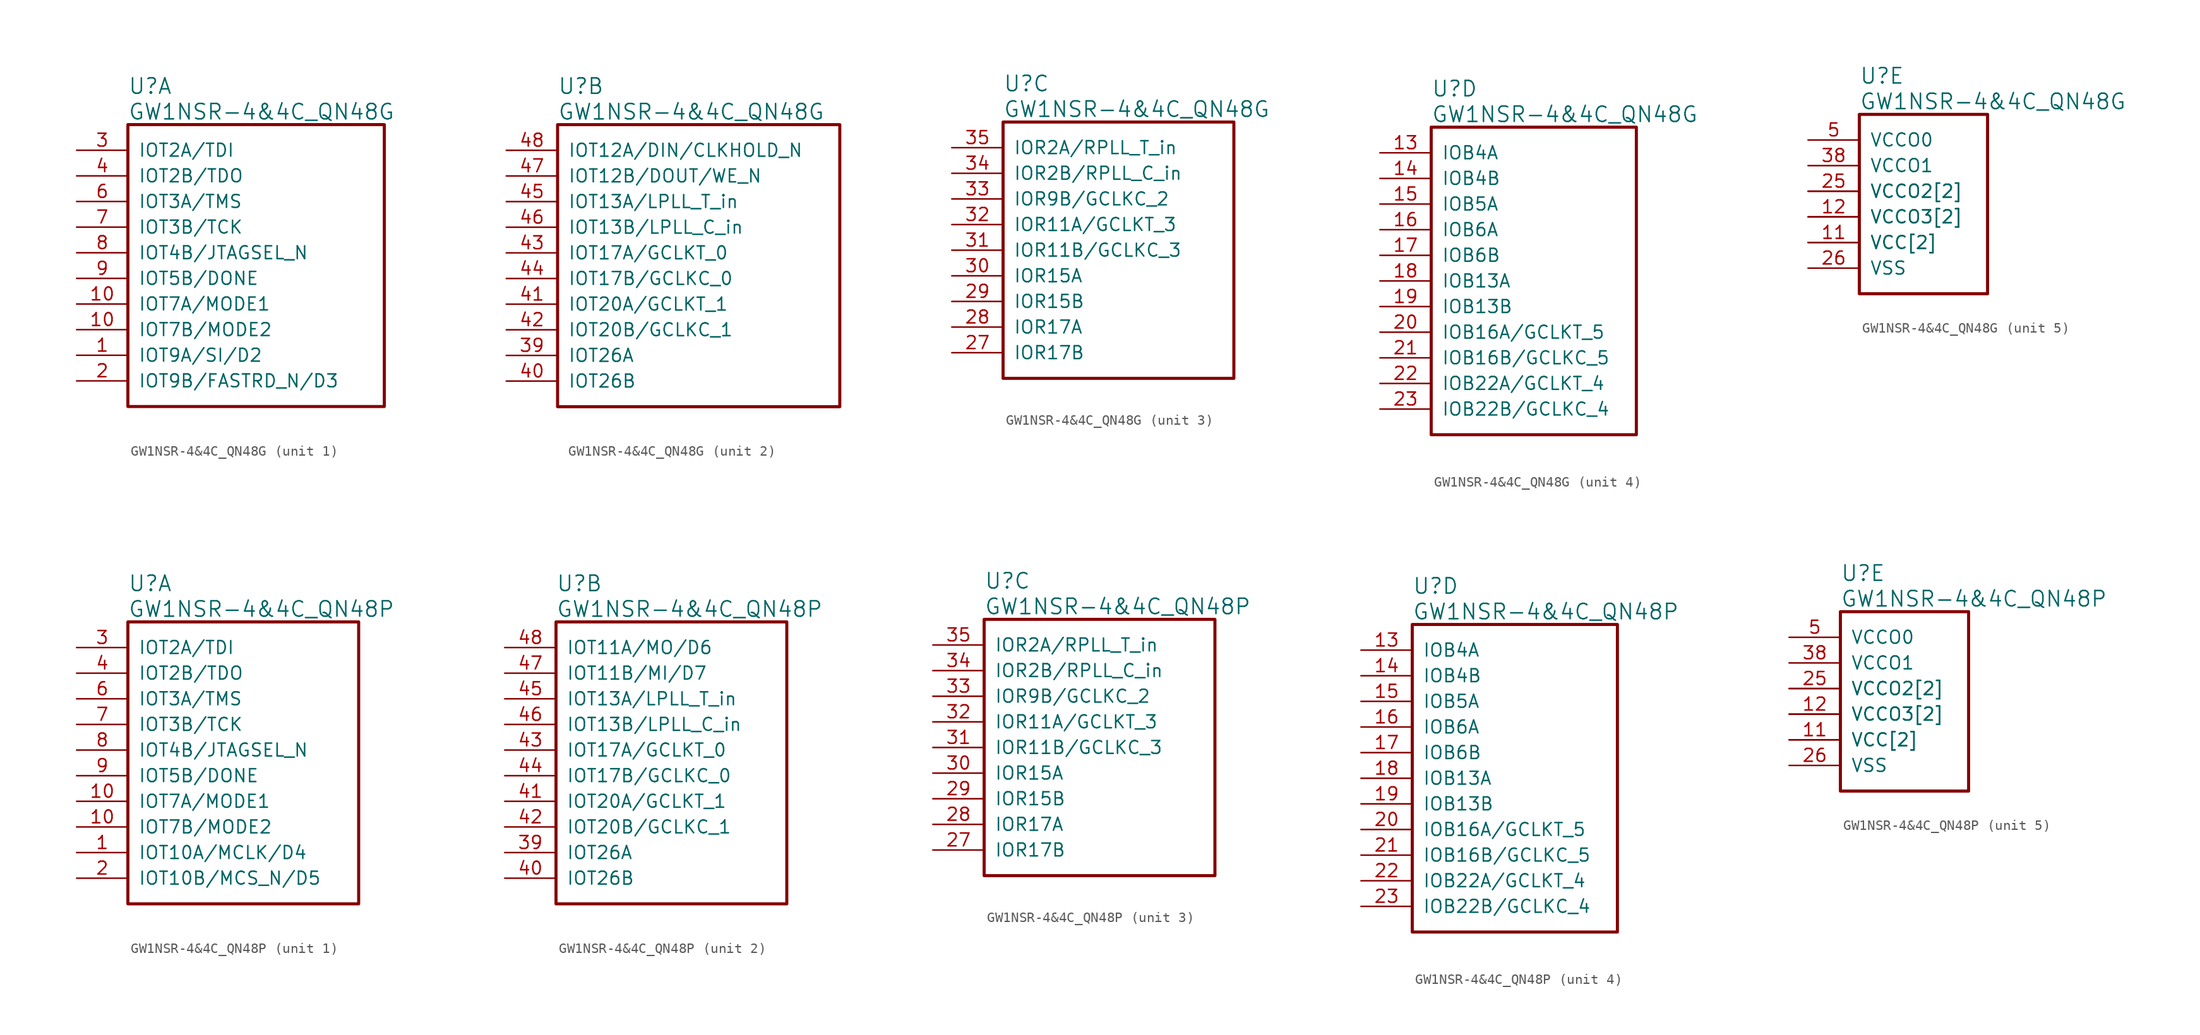
<source format=kicad_sym>
(kicad_symbol_lib
  (version 20220914)
  (generator kicad_symbol_editor)
  (symbol "GW1NSR-4&4C_QN48G"
    (pin_names
      (offset 1.016))
    (property "Reference" "U"
      (at 5.08 6.35 0)
      (effects (font (size 1.524 1.524)) (justify left)))
    (property "Value" "GW1NSR-4&4C_QN48G"
      (at 5.08 3.81 0)
      (effects (font (size 1.524 1.524)) (justify left)))
    (property "ki_locked" ""
      (at 0 0 0)
      (effects (font (size 1.27 1.27))))
    (symbol "GW1NSR-4&4C_QN48G_1_1"
      (rectangle (start 5.08 2.54) (end 30.48 -25.4) (stroke (width 0.305) (type solid)) (fill (type none)))
      (pin bidirectional line (at 0 -20.32 0) (length 5.08) (name "IOT9A/SI/D2" (effects (font (size 1.27 1.27)))) (number "1" (effects (font (size 1.27 1.27)))))
      (pin bidirectional line (at 0 -15.24 0) (length 5.08) (name "IOT7A/MODE1" (effects (font (size 1.27 1.27)))) (number "10" (effects (font (size 1.27 1.27)))))
      (pin bidirectional line (at 0 -17.78 0) (length 5.08) (name "IOT7B/MODE2" (effects (font (size 1.27 1.27)))) (number "10" (effects (font (size 1.27 1.27)))))
      (pin bidirectional line (at 0 -22.86 0) (length 5.08) (name "IOT9B/FASTRD_N/D3" (effects (font (size 1.27 1.27)))) (number "2" (effects (font (size 1.27 1.27)))))
      (pin bidirectional line (at 0 0 0) (length 5.08) (name "IOT2A/TDI" (effects (font (size 1.27 1.27)))) (number "3" (effects (font (size 1.27 1.27)))))
      (pin bidirectional line (at 0 -2.54 0) (length 5.08) (name "IOT2B/TDO" (effects (font (size 1.27 1.27)))) (number "4" (effects (font (size 1.27 1.27)))))
      (pin bidirectional line (at 0 -5.08 0) (length 5.08) (name "IOT3A/TMS" (effects (font (size 1.27 1.27)))) (number "6" (effects (font (size 1.27 1.27)))))
      (pin bidirectional line (at 0 -7.62 0) (length 5.08) (name "IOT3B/TCK" (effects (font (size 1.27 1.27)))) (number "7" (effects (font (size 1.27 1.27)))))
      (pin bidirectional line (at 0 -10.16 0) (length 5.08) (name "IOT4B/JTAGSEL_N" (effects (font (size 1.27 1.27)))) (number "8" (effects (font (size 1.27 1.27)))))
      (pin bidirectional line (at 0 -12.7 0) (length 5.08) (name "IOT5B/DONE" (effects (font (size 1.27 1.27)))) (number "9" (effects (font (size 1.27 1.27))))))
    (symbol "GW1NSR-4&4C_QN48G_2_1"
      (rectangle (start 5.08 2.54) (end 33.02 -25.4) (stroke (width 0.305) (type solid)) (fill (type none)))
      (pin bidirectional line (at 0 -20.32 0) (length 5.08) (name "IOT26A" (effects (font (size 1.27 1.27)))) (number "39" (effects (font (size 1.27 1.27)))))
      (pin bidirectional line (at 0 -22.86 0) (length 5.08) (name "IOT26B" (effects (font (size 1.27 1.27)))) (number "40" (effects (font (size 1.27 1.27)))))
      (pin bidirectional line (at 0 -15.24 0) (length 5.08) (name "IOT20A/GCLKT_1" (effects (font (size 1.27 1.27)))) (number "41" (effects (font (size 1.27 1.27)))))
      (pin bidirectional line (at 0 -17.78 0) (length 5.08) (name "IOT20B/GCLKC_1" (effects (font (size 1.27 1.27)))) (number "42" (effects (font (size 1.27 1.27)))))
      (pin bidirectional line (at 0 -10.16 0) (length 5.08) (name "IOT17A/GCLKT_0" (effects (font (size 1.27 1.27)))) (number "43" (effects (font (size 1.27 1.27)))))
      (pin bidirectional line (at 0 -12.7 0) (length 5.08) (name "IOT17B/GCLKC_0" (effects (font (size 1.27 1.27)))) (number "44" (effects (font (size 1.27 1.27)))))
      (pin bidirectional line (at 0 -5.08 0) (length 5.08) (name "IOT13A/LPLL_T_in" (effects (font (size 1.27 1.27)))) (number "45" (effects (font (size 1.27 1.27)))))
      (pin bidirectional line (at 0 -7.62 0) (length 5.08) (name "IOT13B/LPLL_C_in" (effects (font (size 1.27 1.27)))) (number "46" (effects (font (size 1.27 1.27)))))
      (pin bidirectional line (at 0 -2.54 0) (length 5.08) (name "IOT12B/DOUT/WE_N" (effects (font (size 1.27 1.27)))) (number "47" (effects (font (size 1.27 1.27)))))
      (pin bidirectional line (at 0 0 0) (length 5.08) (name "IOT12A/DIN/CLKHOLD_N" (effects (font (size 1.27 1.27)))) (number "48" (effects (font (size 1.27 1.27))))))
    (symbol "GW1NSR-4&4C_QN48G_3_1"
      (rectangle (start 5.08 2.54) (end 27.94 -22.86) (stroke (width 0.305) (type solid)) (fill (type none)))
      (pin bidirectional line (at 0 -20.32 0) (length 5.08) (name "IOR17B" (effects (font (size 1.27 1.27)))) (number "27" (effects (font (size 1.27 1.27)))))
      (pin bidirectional line (at 0 -17.78 0) (length 5.08) (name "IOR17A" (effects (font (size 1.27 1.27)))) (number "28" (effects (font (size 1.27 1.27)))))
      (pin bidirectional line (at 0 -15.24 0) (length 5.08) (name "IOR15B" (effects (font (size 1.27 1.27)))) (number "29" (effects (font (size 1.27 1.27)))))
      (pin bidirectional line (at 0 -12.7 0) (length 5.08) (name "IOR15A" (effects (font (size 1.27 1.27)))) (number "30" (effects (font (size 1.27 1.27)))))
      (pin bidirectional line (at 0 -10.16 0) (length 5.08) (name "IOR11B/GCLKC_3" (effects (font (size 1.27 1.27)))) (number "31" (effects (font (size 1.27 1.27)))))
      (pin bidirectional line (at 0 -7.62 0) (length 5.08) (name "IOR11A/GCLKT_3" (effects (font (size 1.27 1.27)))) (number "32" (effects (font (size 1.27 1.27)))))
      (pin bidirectional line (at 0 -5.08 0) (length 5.08) (name "IOR9B/GCLKC_2" (effects (font (size 1.27 1.27)))) (number "33" (effects (font (size 1.27 1.27)))))
      (pin bidirectional line (at 0 -2.54 0) (length 5.08) (name "IOR2B/RPLL_C_in" (effects (font (size 1.27 1.27)))) (number "34" (effects (font (size 1.27 1.27)))))
      (pin bidirectional line (at 0 0 0) (length 5.08) (name "IOR2A/RPLL_T_in" (effects (font (size 1.27 1.27)))) (number "35" (effects (font (size 1.27 1.27))))))
    (symbol "GW1NSR-4&4C_QN48G_4_1"
      (rectangle (start 5.08 2.54) (end 25.4 -27.94) (stroke (width 0.305) (type solid)) (fill (type none)))
      (pin bidirectional line (at 0 0 0) (length 5.08) (name "IOB4A" (effects (font (size 1.27 1.27)))) (number "13" (effects (font (size 1.27 1.27)))))
      (pin bidirectional line (at 0 -2.54 0) (length 5.08) (name "IOB4B" (effects (font (size 1.27 1.27)))) (number "14" (effects (font (size 1.27 1.27)))))
      (pin bidirectional line (at 0 -5.08 0) (length 5.08) (name "IOB5A" (effects (font (size 1.27 1.27)))) (number "15" (effects (font (size 1.27 1.27)))))
      (pin bidirectional line (at 0 -7.62 0) (length 5.08) (name "IOB6A" (effects (font (size 1.27 1.27)))) (number "16" (effects (font (size 1.27 1.27)))))
      (pin bidirectional line (at 0 -10.16 0) (length 5.08) (name "IOB6B" (effects (font (size 1.27 1.27)))) (number "17" (effects (font (size 1.27 1.27)))))
      (pin bidirectional line (at 0 -12.7 0) (length 5.08) (name "IOB13A" (effects (font (size 1.27 1.27)))) (number "18" (effects (font (size 1.27 1.27)))))
      (pin bidirectional line (at 0 -15.24 0) (length 5.08) (name "IOB13B" (effects (font (size 1.27 1.27)))) (number "19" (effects (font (size 1.27 1.27)))))
      (pin bidirectional line (at 0 -17.78 0) (length 5.08) (name "IOB16A/GCLKT_5" (effects (font (size 1.27 1.27)))) (number "20" (effects (font (size 1.27 1.27)))))
      (pin bidirectional line (at 0 -20.32 0) (length 5.08) (name "IOB16B/GCLKC_5" (effects (font (size 1.27 1.27)))) (number "21" (effects (font (size 1.27 1.27)))))
      (pin bidirectional line (at 0 -22.86 0) (length 5.08) (name "IOB22A/GCLKT_4" (effects (font (size 1.27 1.27)))) (number "22" (effects (font (size 1.27 1.27)))))
      (pin bidirectional line (at 0 -25.4 0) (length 5.08) (name "IOB22B/GCLKC_4" (effects (font (size 1.27 1.27)))) (number "23" (effects (font (size 1.27 1.27))))))
    (symbol "GW1NSR-4&4C_QN48G_5_1"
      (rectangle (start 5.08 2.54) (end 17.78 -15.24) (stroke (width 0.305) (type solid)) (fill (type none)))
      (pin power_in line (at 0 -10.16 0) (length 5.08) (name "VCC[2]" (effects (font (size 1.27 1.27)))) (number "11" (effects (font (size 1.27 1.27)))))
      (pin power_in line (at 0 -7.62 0) (length 5.08) (name "VCCO3[2]" (effects (font (size 1.27 1.27)))) (number "12" (effects (font (size 1.27 1.27)))))
      (pin power_in line (at 0 -7.62 0) (length 5.08) (name "VCCO3[2]" (effects (font (size 1.27 1.27)))) (number "24" (effects (font (size 0 0)))))
      (pin power_in line (at 0 -5.08 0) (length 5.08) (name "VCCO2[2]" (effects (font (size 1.27 1.27)))) (number "25" (effects (font (size 1.27 1.27)))))
      (pin power_in line (at 0 -12.7 0) (length 5.08) (name "VSS" (effects (font (size 1.27 1.27)))) (number "26" (effects (font (size 1.27 1.27)))))
      (pin power_in line (at 0 -5.08 0) (length 5.08) (name "VCCO2[2]" (effects (font (size 1.27 1.27)))) (number "36" (effects (font (size 0 0)))))
      (pin power_in line (at 0 -10.16 0) (length 5.08) (name "VCC[2]" (effects (font (size 1.27 1.27)))) (number "37" (effects (font (size 0 0)))))
      (pin power_in line (at 0 -2.54 0) (length 5.08) (name "VCCO1" (effects (font (size 1.27 1.27)))) (number "38" (effects (font (size 1.27 1.27)))))
      (pin power_in line (at 0 0 0) (length 5.08) (name "VCCO0" (effects (font (size 1.27 1.27)))) (number "5" (effects (font (size 1.27 1.27)))))))
  (symbol "GW1NSR-4&4C_QN48P"
    (pin_names
      (offset 1.016))
    (property "Reference" "U"
      (at 5.08 6.35 0)
      (effects (font (size 1.524 1.524)) (justify left)))
    (property "Value" "GW1NSR-4&4C_QN48P"
      (at 5.08 3.81 0)
      (effects (font (size 1.524 1.524)) (justify left)))
    (property "ki_locked" ""
      (at 0 0 0)
      (effects (font (size 1.27 1.27))))
    (symbol "GW1NSR-4&4C_QN48P_1_1"
      (rectangle (start 5.08 2.54) (end 27.94 -25.4) (stroke (width 0.305) (type solid)) (fill (type none)))
      (pin bidirectional line (at 0 -20.32 0) (length 5.08) (name "IOT10A/MCLK/D4" (effects (font (size 1.27 1.27)))) (number "1" (effects (font (size 1.27 1.27)))))
      (pin bidirectional line (at 0 -15.24 0) (length 5.08) (name "IOT7A/MODE1" (effects (font (size 1.27 1.27)))) (number "10" (effects (font (size 1.27 1.27)))))
      (pin bidirectional line (at 0 -17.78 0) (length 5.08) (name "IOT7B/MODE2" (effects (font (size 1.27 1.27)))) (number "10" (effects (font (size 1.27 1.27)))))
      (pin bidirectional line (at 0 -22.86 0) (length 5.08) (name "IOT10B/MCS_N/D5" (effects (font (size 1.27 1.27)))) (number "2" (effects (font (size 1.27 1.27)))))
      (pin bidirectional line (at 0 0 0) (length 5.08) (name "IOT2A/TDI" (effects (font (size 1.27 1.27)))) (number "3" (effects (font (size 1.27 1.27)))))
      (pin bidirectional line (at 0 -2.54 0) (length 5.08) (name "IOT2B/TDO" (effects (font (size 1.27 1.27)))) (number "4" (effects (font (size 1.27 1.27)))))
      (pin bidirectional line (at 0 -5.08 0) (length 5.08) (name "IOT3A/TMS" (effects (font (size 1.27 1.27)))) (number "6" (effects (font (size 1.27 1.27)))))
      (pin bidirectional line (at 0 -7.62 0) (length 5.08) (name "IOT3B/TCK" (effects (font (size 1.27 1.27)))) (number "7" (effects (font (size 1.27 1.27)))))
      (pin bidirectional line (at 0 -10.16 0) (length 5.08) (name "IOT4B/JTAGSEL_N" (effects (font (size 1.27 1.27)))) (number "8" (effects (font (size 1.27 1.27)))))
      (pin bidirectional line (at 0 -12.7 0) (length 5.08) (name "IOT5B/DONE" (effects (font (size 1.27 1.27)))) (number "9" (effects (font (size 1.27 1.27))))))
    (symbol "GW1NSR-4&4C_QN48P_2_1"
      (rectangle (start 5.08 2.54) (end 27.94 -25.4) (stroke (width 0.305) (type solid)) (fill (type none)))
      (pin bidirectional line (at 0 -20.32 0) (length 5.08) (name "IOT26A" (effects (font (size 1.27 1.27)))) (number "39" (effects (font (size 1.27 1.27)))))
      (pin bidirectional line (at 0 -22.86 0) (length 5.08) (name "IOT26B" (effects (font (size 1.27 1.27)))) (number "40" (effects (font (size 1.27 1.27)))))
      (pin bidirectional line (at 0 -15.24 0) (length 5.08) (name "IOT20A/GCLKT_1" (effects (font (size 1.27 1.27)))) (number "41" (effects (font (size 1.27 1.27)))))
      (pin bidirectional line (at 0 -17.78 0) (length 5.08) (name "IOT20B/GCLKC_1" (effects (font (size 1.27 1.27)))) (number "42" (effects (font (size 1.27 1.27)))))
      (pin bidirectional line (at 0 -10.16 0) (length 5.08) (name "IOT17A/GCLKT_0" (effects (font (size 1.27 1.27)))) (number "43" (effects (font (size 1.27 1.27)))))
      (pin bidirectional line (at 0 -12.7 0) (length 5.08) (name "IOT17B/GCLKC_0" (effects (font (size 1.27 1.27)))) (number "44" (effects (font (size 1.27 1.27)))))
      (pin bidirectional line (at 0 -5.08 0) (length 5.08) (name "IOT13A/LPLL_T_in" (effects (font (size 1.27 1.27)))) (number "45" (effects (font (size 1.27 1.27)))))
      (pin bidirectional line (at 0 -7.62 0) (length 5.08) (name "IOT13B/LPLL_C_in" (effects (font (size 1.27 1.27)))) (number "46" (effects (font (size 1.27 1.27)))))
      (pin bidirectional line (at 0 -2.54 0) (length 5.08) (name "IOT11B/MI/D7" (effects (font (size 1.27 1.27)))) (number "47" (effects (font (size 1.27 1.27)))))
      (pin bidirectional line (at 0 0 0) (length 5.08) (name "IOT11A/MO/D6" (effects (font (size 1.27 1.27)))) (number "48" (effects (font (size 1.27 1.27))))))
    (symbol "GW1NSR-4&4C_QN48P_3_1"
      (rectangle (start 5.08 2.54) (end 27.94 -22.86) (stroke (width 0.305) (type solid)) (fill (type none)))
      (pin bidirectional line (at 0 -20.32 0) (length 5.08) (name "IOR17B" (effects (font (size 1.27 1.27)))) (number "27" (effects (font (size 1.27 1.27)))))
      (pin bidirectional line (at 0 -17.78 0) (length 5.08) (name "IOR17A" (effects (font (size 1.27 1.27)))) (number "28" (effects (font (size 1.27 1.27)))))
      (pin bidirectional line (at 0 -15.24 0) (length 5.08) (name "IOR15B" (effects (font (size 1.27 1.27)))) (number "29" (effects (font (size 1.27 1.27)))))
      (pin bidirectional line (at 0 -12.7 0) (length 5.08) (name "IOR15A" (effects (font (size 1.27 1.27)))) (number "30" (effects (font (size 1.27 1.27)))))
      (pin bidirectional line (at 0 -10.16 0) (length 5.08) (name "IOR11B/GCLKC_3" (effects (font (size 1.27 1.27)))) (number "31" (effects (font (size 1.27 1.27)))))
      (pin bidirectional line (at 0 -7.62 0) (length 5.08) (name "IOR11A/GCLKT_3" (effects (font (size 1.27 1.27)))) (number "32" (effects (font (size 1.27 1.27)))))
      (pin bidirectional line (at 0 -5.08 0) (length 5.08) (name "IOR9B/GCLKC_2" (effects (font (size 1.27 1.27)))) (number "33" (effects (font (size 1.27 1.27)))))
      (pin bidirectional line (at 0 -2.54 0) (length 5.08) (name "IOR2B/RPLL_C_in" (effects (font (size 1.27 1.27)))) (number "34" (effects (font (size 1.27 1.27)))))
      (pin bidirectional line (at 0 0 0) (length 5.08) (name "IOR2A/RPLL_T_in" (effects (font (size 1.27 1.27)))) (number "35" (effects (font (size 1.27 1.27))))))
    (symbol "GW1NSR-4&4C_QN48P_4_1"
      (rectangle (start 5.08 2.54) (end 25.4 -27.94) (stroke (width 0.305) (type solid)) (fill (type none)))
      (pin bidirectional line (at 0 0 0) (length 5.08) (name "IOB4A" (effects (font (size 1.27 1.27)))) (number "13" (effects (font (size 1.27 1.27)))))
      (pin bidirectional line (at 0 -2.54 0) (length 5.08) (name "IOB4B" (effects (font (size 1.27 1.27)))) (number "14" (effects (font (size 1.27 1.27)))))
      (pin bidirectional line (at 0 -5.08 0) (length 5.08) (name "IOB5A" (effects (font (size 1.27 1.27)))) (number "15" (effects (font (size 1.27 1.27)))))
      (pin bidirectional line (at 0 -7.62 0) (length 5.08) (name "IOB6A" (effects (font (size 1.27 1.27)))) (number "16" (effects (font (size 1.27 1.27)))))
      (pin bidirectional line (at 0 -10.16 0) (length 5.08) (name "IOB6B" (effects (font (size 1.27 1.27)))) (number "17" (effects (font (size 1.27 1.27)))))
      (pin bidirectional line (at 0 -12.7 0) (length 5.08) (name "IOB13A" (effects (font (size 1.27 1.27)))) (number "18" (effects (font (size 1.27 1.27)))))
      (pin bidirectional line (at 0 -15.24 0) (length 5.08) (name "IOB13B" (effects (font (size 1.27 1.27)))) (number "19" (effects (font (size 1.27 1.27)))))
      (pin bidirectional line (at 0 -17.78 0) (length 5.08) (name "IOB16A/GCLKT_5" (effects (font (size 1.27 1.27)))) (number "20" (effects (font (size 1.27 1.27)))))
      (pin bidirectional line (at 0 -20.32 0) (length 5.08) (name "IOB16B/GCLKC_5" (effects (font (size 1.27 1.27)))) (number "21" (effects (font (size 1.27 1.27)))))
      (pin bidirectional line (at 0 -22.86 0) (length 5.08) (name "IOB22A/GCLKT_4" (effects (font (size 1.27 1.27)))) (number "22" (effects (font (size 1.27 1.27)))))
      (pin bidirectional line (at 0 -25.4 0) (length 5.08) (name "IOB22B/GCLKC_4" (effects (font (size 1.27 1.27)))) (number "23" (effects (font (size 1.27 1.27))))))
    (symbol "GW1NSR-4&4C_QN48P_5_1"
      (rectangle (start 5.08 2.54) (end 17.78 -15.24) (stroke (width 0.305) (type solid)) (fill (type none)))
      (pin power_in line (at 0 -10.16 0) (length 5.08) (name "VCC[2]" (effects (font (size 1.27 1.27)))) (number "11" (effects (font (size 1.27 1.27)))))
      (pin power_in line (at 0 -7.62 0) (length 5.08) (name "VCCO3[2]" (effects (font (size 1.27 1.27)))) (number "12" (effects (font (size 1.27 1.27)))))
      (pin power_in line (at 0 -7.62 0) (length 5.08) (name "VCCO3[2]" (effects (font (size 1.27 1.27)))) (number "24" (effects (font (size 0 0)))))
      (pin power_in line (at 0 -5.08 0) (length 5.08) (name "VCCO2[2]" (effects (font (size 1.27 1.27)))) (number "25" (effects (font (size 1.27 1.27)))))
      (pin power_in line (at 0 -12.7 0) (length 5.08) (name "VSS" (effects (font (size 1.27 1.27)))) (number "26" (effects (font (size 1.27 1.27)))))
      (pin power_in line (at 0 -5.08 0) (length 5.08) (name "VCCO2[2]" (effects (font (size 1.27 1.27)))) (number "36" (effects (font (size 0 0)))))
      (pin power_in line (at 0 -10.16 0) (length 5.08) (name "VCC[2]" (effects (font (size 1.27 1.27)))) (number "37" (effects (font (size 0 0)))))
      (pin power_in line (at 0 -2.54 0) (length 5.08) (name "VCCO1" (effects (font (size 1.27 1.27)))) (number "38" (effects (font (size 1.27 1.27)))))
      (pin power_in line (at 0 0 0) (length 5.08) (name "VCCO0" (effects (font (size 1.27 1.27)))) (number "5" (effects (font (size 1.27 1.27))))))))
</source>
